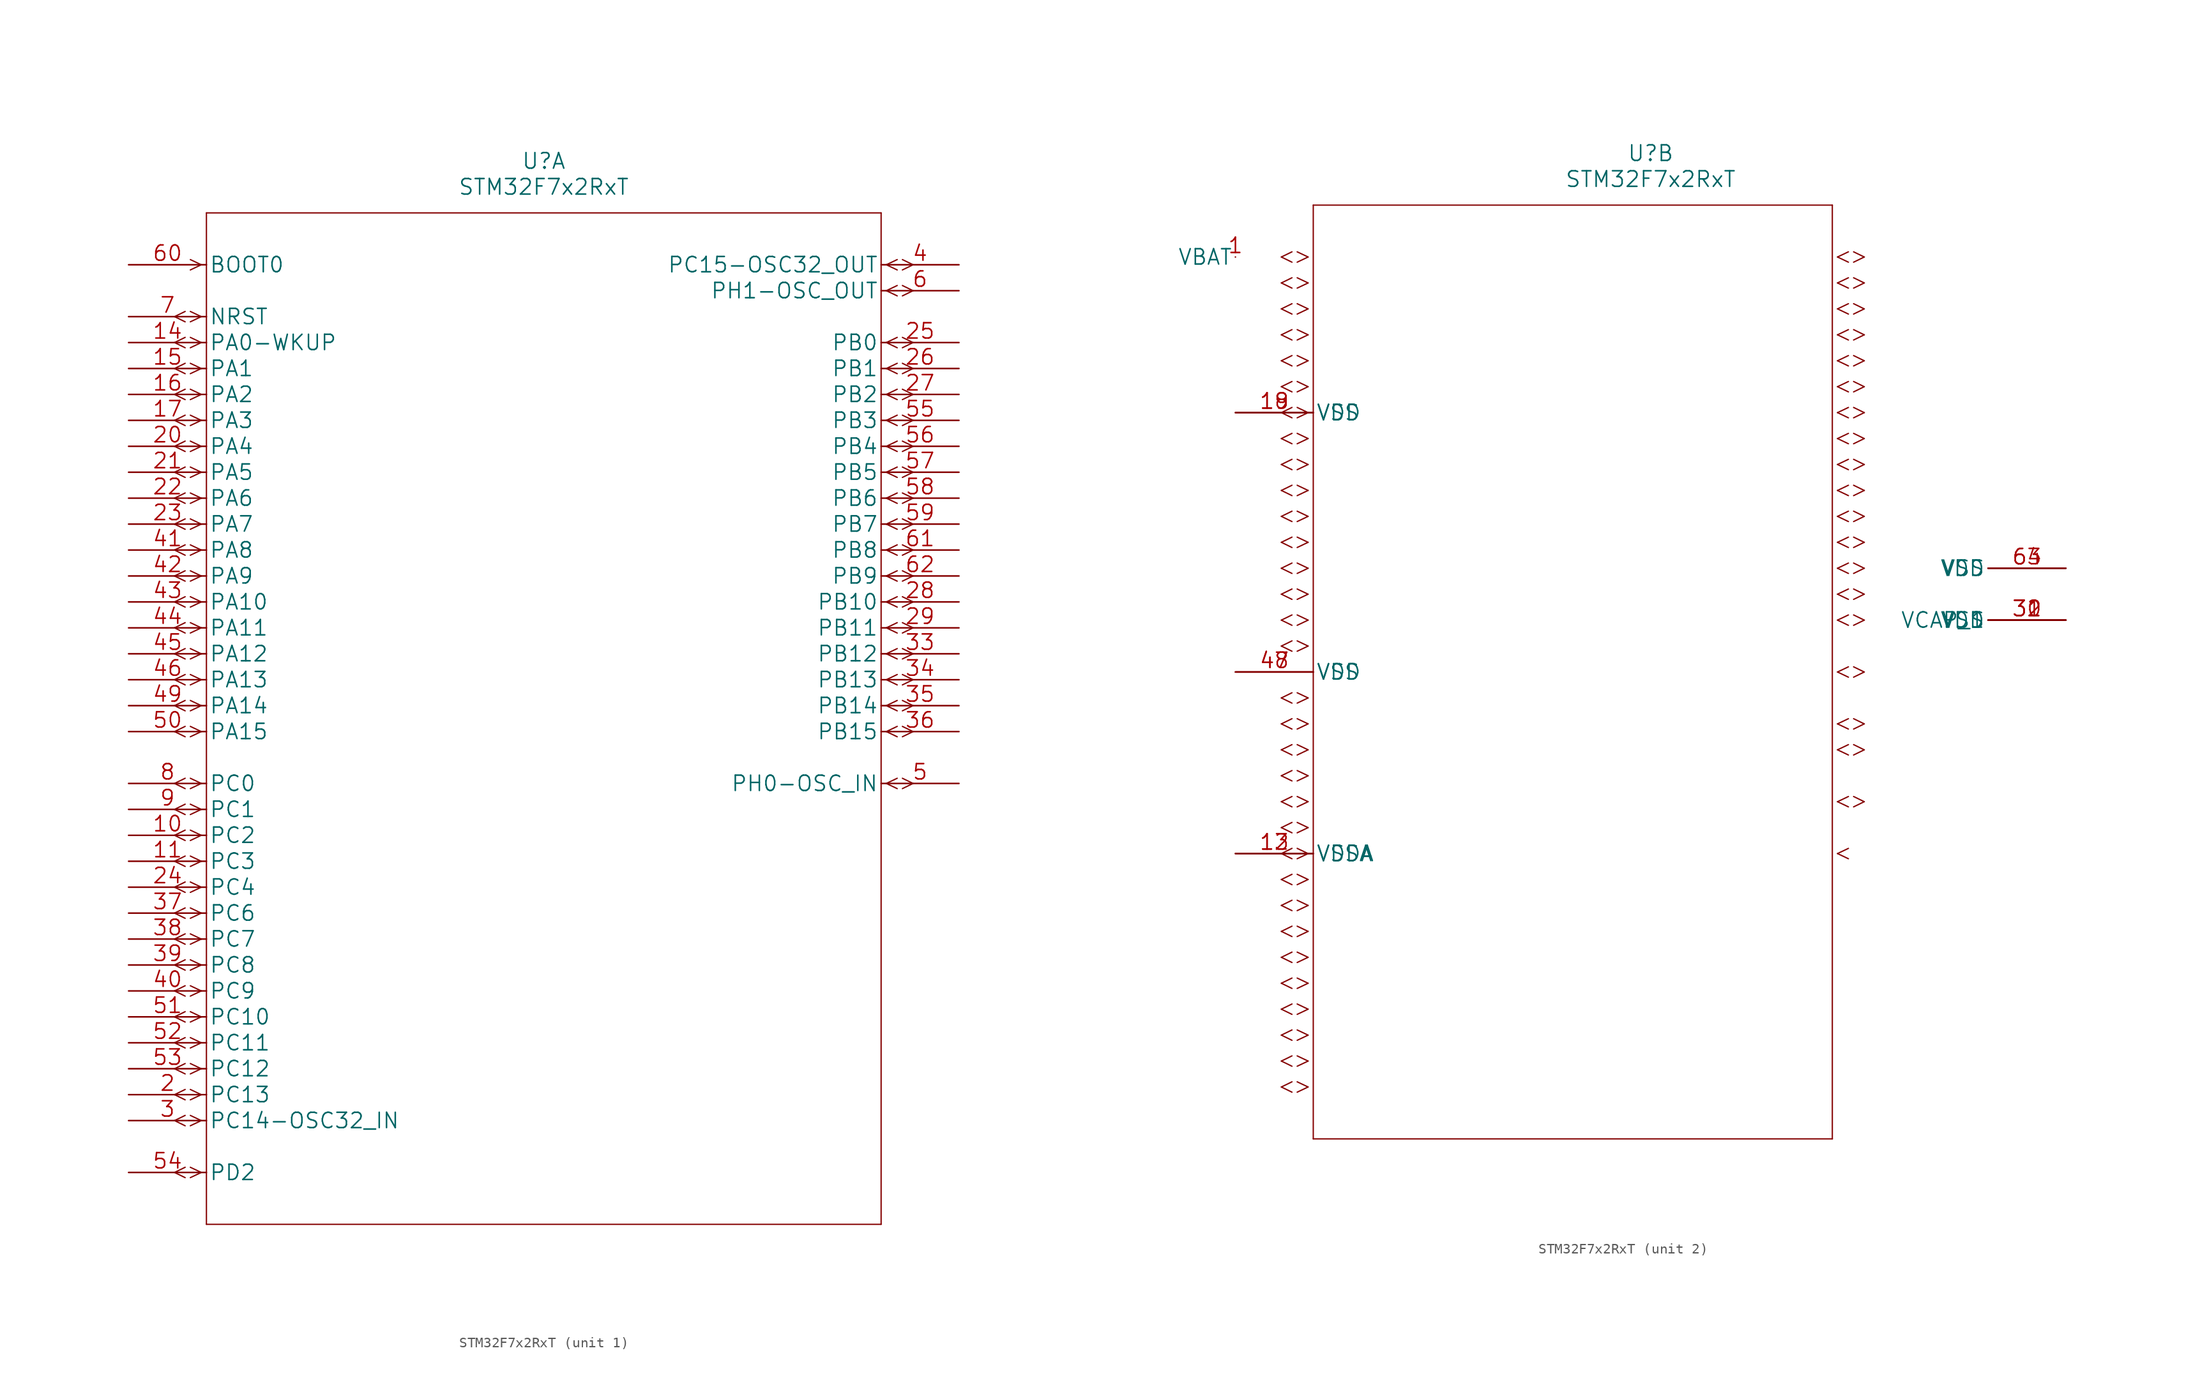
<source format=kicad_sym>
(kicad_symbol_lib
  (version 20211014)
  (generator kicad_symbol_editor)
  (symbol "STM32F7x2RxT"
    (pin_names
      (offset 0.254))
    (property "Reference" "U"
      (at 40.64 10.16 0)
      (effects (font (size 1.524 1.524))))
    (property "Value" "STM32F7x2RxT"
      (at 40.64 7.62 0)
      (effects (font (size 1.524 1.524))))
    (property "Datasheet" ""
      (at 0 0 0)
      (effects (font (size 1.524 1.524))))
    (symbol "STM32F7x2RxT_1_0"
      (polyline (pts (xy 5.537 -89.408) (xy 4.496 -88.9)) (stroke (width 0.127) (type default) (color 0 0 0 0)) (fill (type none)))
      (polyline (pts (xy 5.537 -88.392) (xy 4.496 -88.9)) (stroke (width 0.127) (type default) (color 0 0 0 0)) (fill (type none)))
      (polyline (pts (xy 5.537 -84.328) (xy 4.496 -83.82)) (stroke (width 0.127) (type default) (color 0 0 0 0)) (fill (type none)))
      (polyline (pts (xy 5.537 -83.312) (xy 4.496 -83.82)) (stroke (width 0.127) (type default) (color 0 0 0 0)) (fill (type none)))
      (polyline (pts (xy 5.537 -81.788) (xy 4.496 -81.28)) (stroke (width 0.127) (type default) (color 0 0 0 0)) (fill (type none)))
      (polyline (pts (xy 5.537 -80.772) (xy 4.496 -81.28)) (stroke (width 0.127) (type default) (color 0 0 0 0)) (fill (type none)))
      (polyline (pts (xy 5.537 -79.248) (xy 4.496 -78.74)) (stroke (width 0.127) (type default) (color 0 0 0 0)) (fill (type none)))
      (polyline (pts (xy 5.537 -78.232) (xy 4.496 -78.74)) (stroke (width 0.127) (type default) (color 0 0 0 0)) (fill (type none)))
      (polyline (pts (xy 5.537 -76.708) (xy 4.496 -76.2)) (stroke (width 0.127) (type default) (color 0 0 0 0)) (fill (type none)))
      (polyline (pts (xy 5.537 -75.692) (xy 4.496 -76.2)) (stroke (width 0.127) (type default) (color 0 0 0 0)) (fill (type none)))
      (polyline (pts (xy 5.537 -74.168) (xy 4.496 -73.66)) (stroke (width 0.127) (type default) (color 0 0 0 0)) (fill (type none)))
      (polyline (pts (xy 5.537 -73.152) (xy 4.496 -73.66)) (stroke (width 0.127) (type default) (color 0 0 0 0)) (fill (type none)))
      (polyline (pts (xy 5.537 -71.628) (xy 4.496 -71.12)) (stroke (width 0.127) (type default) (color 0 0 0 0)) (fill (type none)))
      (polyline (pts (xy 5.537 -70.612) (xy 4.496 -71.12)) (stroke (width 0.127) (type default) (color 0 0 0 0)) (fill (type none)))
      (polyline (pts (xy 5.537 -69.088) (xy 4.496 -68.58)) (stroke (width 0.127) (type default) (color 0 0 0 0)) (fill (type none)))
      (polyline (pts (xy 5.537 -68.072) (xy 4.496 -68.58)) (stroke (width 0.127) (type default) (color 0 0 0 0)) (fill (type none)))
      (polyline (pts (xy 5.537 -66.548) (xy 4.496 -66.04)) (stroke (width 0.127) (type default) (color 0 0 0 0)) (fill (type none)))
      (polyline (pts (xy 5.537 -65.532) (xy 4.496 -66.04)) (stroke (width 0.127) (type default) (color 0 0 0 0)) (fill (type none)))
      (polyline (pts (xy 5.537 -64.008) (xy 4.496 -63.5)) (stroke (width 0.127) (type default) (color 0 0 0 0)) (fill (type none)))
      (polyline (pts (xy 5.537 -62.992) (xy 4.496 -63.5)) (stroke (width 0.127) (type default) (color 0 0 0 0)) (fill (type none)))
      (polyline (pts (xy 5.537 -61.468) (xy 4.496 -60.96)) (stroke (width 0.127) (type default) (color 0 0 0 0)) (fill (type none)))
      (polyline (pts (xy 5.537 -60.452) (xy 4.496 -60.96)) (stroke (width 0.127) (type default) (color 0 0 0 0)) (fill (type none)))
      (polyline (pts (xy 5.537 -58.928) (xy 4.496 -58.42)) (stroke (width 0.127) (type default) (color 0 0 0 0)) (fill (type none)))
      (polyline (pts (xy 5.537 -57.912) (xy 4.496 -58.42)) (stroke (width 0.127) (type default) (color 0 0 0 0)) (fill (type none)))
      (polyline (pts (xy 5.537 -56.388) (xy 4.496 -55.88)) (stroke (width 0.127) (type default) (color 0 0 0 0)) (fill (type none)))
      (polyline (pts (xy 5.537 -55.372) (xy 4.496 -55.88)) (stroke (width 0.127) (type default) (color 0 0 0 0)) (fill (type none)))
      (polyline (pts (xy 5.537 -53.848) (xy 4.496 -53.34)) (stroke (width 0.127) (type default) (color 0 0 0 0)) (fill (type none)))
      (polyline (pts (xy 5.537 -52.832) (xy 4.496 -53.34)) (stroke (width 0.127) (type default) (color 0 0 0 0)) (fill (type none)))
      (polyline (pts (xy 5.537 -51.308) (xy 4.496 -50.8)) (stroke (width 0.127) (type default) (color 0 0 0 0)) (fill (type none)))
      (polyline (pts (xy 5.537 -50.292) (xy 4.496 -50.8)) (stroke (width 0.127) (type default) (color 0 0 0 0)) (fill (type none)))
      (polyline (pts (xy 5.537 -46.228) (xy 4.496 -45.72)) (stroke (width 0.127) (type default) (color 0 0 0 0)) (fill (type none)))
      (polyline (pts (xy 5.537 -45.212) (xy 4.496 -45.72)) (stroke (width 0.127) (type default) (color 0 0 0 0)) (fill (type none)))
      (polyline (pts (xy 5.537 -43.688) (xy 4.496 -43.18)) (stroke (width 0.127) (type default) (color 0 0 0 0)) (fill (type none)))
      (polyline (pts (xy 5.537 -42.672) (xy 4.496 -43.18)) (stroke (width 0.127) (type default) (color 0 0 0 0)) (fill (type none)))
      (polyline (pts (xy 5.537 -41.148) (xy 4.496 -40.64)) (stroke (width 0.127) (type default) (color 0 0 0 0)) (fill (type none)))
      (polyline (pts (xy 5.537 -40.132) (xy 4.496 -40.64)) (stroke (width 0.127) (type default) (color 0 0 0 0)) (fill (type none)))
      (polyline (pts (xy 5.537 -38.608) (xy 4.496 -38.1)) (stroke (width 0.127) (type default) (color 0 0 0 0)) (fill (type none)))
      (polyline (pts (xy 5.537 -37.592) (xy 4.496 -38.1)) (stroke (width 0.127) (type default) (color 0 0 0 0)) (fill (type none)))
      (polyline (pts (xy 5.537 -36.068) (xy 4.496 -35.56)) (stroke (width 0.127) (type default) (color 0 0 0 0)) (fill (type none)))
      (polyline (pts (xy 5.537 -35.052) (xy 4.496 -35.56)) (stroke (width 0.127) (type default) (color 0 0 0 0)) (fill (type none)))
      (polyline (pts (xy 5.537 -33.528) (xy 4.496 -33.02)) (stroke (width 0.127) (type default) (color 0 0 0 0)) (fill (type none)))
      (polyline (pts (xy 5.537 -32.512) (xy 4.496 -33.02)) (stroke (width 0.127) (type default) (color 0 0 0 0)) (fill (type none)))
      (polyline (pts (xy 5.537 -30.988) (xy 4.496 -30.48)) (stroke (width 0.127) (type default) (color 0 0 0 0)) (fill (type none)))
      (polyline (pts (xy 5.537 -29.972) (xy 4.496 -30.48)) (stroke (width 0.127) (type default) (color 0 0 0 0)) (fill (type none)))
      (polyline (pts (xy 5.537 -28.448) (xy 4.496 -27.94)) (stroke (width 0.127) (type default) (color 0 0 0 0)) (fill (type none)))
      (polyline (pts (xy 5.537 -27.432) (xy 4.496 -27.94)) (stroke (width 0.127) (type default) (color 0 0 0 0)) (fill (type none)))
      (polyline (pts (xy 5.537 -25.908) (xy 4.496 -25.4)) (stroke (width 0.127) (type default) (color 0 0 0 0)) (fill (type none)))
      (polyline (pts (xy 5.537 -24.892) (xy 4.496 -25.4)) (stroke (width 0.127) (type default) (color 0 0 0 0)) (fill (type none)))
      (polyline (pts (xy 5.537 -23.368) (xy 4.496 -22.86)) (stroke (width 0.127) (type default) (color 0 0 0 0)) (fill (type none)))
      (polyline (pts (xy 5.537 -22.352) (xy 4.496 -22.86)) (stroke (width 0.127) (type default) (color 0 0 0 0)) (fill (type none)))
      (polyline (pts (xy 5.537 -20.828) (xy 4.496 -20.32)) (stroke (width 0.127) (type default) (color 0 0 0 0)) (fill (type none)))
      (polyline (pts (xy 5.537 -19.812) (xy 4.496 -20.32)) (stroke (width 0.127) (type default) (color 0 0 0 0)) (fill (type none)))
      (polyline (pts (xy 5.537 -18.288) (xy 4.496 -17.78)) (stroke (width 0.127) (type default) (color 0 0 0 0)) (fill (type none)))
      (polyline (pts (xy 5.537 -17.272) (xy 4.496 -17.78)) (stroke (width 0.127) (type default) (color 0 0 0 0)) (fill (type none)))
      (polyline (pts (xy 5.537 -15.748) (xy 4.496 -15.24)) (stroke (width 0.127) (type default) (color 0 0 0 0)) (fill (type none)))
      (polyline (pts (xy 5.537 -14.732) (xy 4.496 -15.24)) (stroke (width 0.127) (type default) (color 0 0 0 0)) (fill (type none)))
      (polyline (pts (xy 5.537 -13.208) (xy 4.496 -12.7)) (stroke (width 0.127) (type default) (color 0 0 0 0)) (fill (type none)))
      (polyline (pts (xy 5.537 -12.192) (xy 4.496 -12.7)) (stroke (width 0.127) (type default) (color 0 0 0 0)) (fill (type none)))
      (polyline (pts (xy 5.537 -10.668) (xy 4.496 -10.16)) (stroke (width 0.127) (type default) (color 0 0 0 0)) (fill (type none)))
      (polyline (pts (xy 5.537 -9.652) (xy 4.496 -10.16)) (stroke (width 0.127) (type default) (color 0 0 0 0)) (fill (type none)))
      (polyline (pts (xy 5.537 -8.128) (xy 4.496 -7.62)) (stroke (width 0.127) (type default) (color 0 0 0 0)) (fill (type none)))
      (polyline (pts (xy 5.537 -7.112) (xy 4.496 -7.62)) (stroke (width 0.127) (type default) (color 0 0 0 0)) (fill (type none)))
      (polyline (pts (xy 5.537 -5.588) (xy 4.496 -5.08)) (stroke (width 0.127) (type default) (color 0 0 0 0)) (fill (type none)))
      (polyline (pts (xy 5.537 -4.572) (xy 4.496 -5.08)) (stroke (width 0.127) (type default) (color 0 0 0 0)) (fill (type none)))
      (polyline (pts (xy 7.112 -88.9) (xy 6.045 -89.408)) (stroke (width 0.127) (type default) (color 0 0 0 0)) (fill (type none)))
      (polyline (pts (xy 7.112 -88.9) (xy 6.045 -88.392)) (stroke (width 0.127) (type default) (color 0 0 0 0)) (fill (type none)))
      (polyline (pts (xy 7.112 -83.82) (xy 6.045 -84.328)) (stroke (width 0.127) (type default) (color 0 0 0 0)) (fill (type none)))
      (polyline (pts (xy 7.112 -83.82) (xy 6.045 -83.312)) (stroke (width 0.127) (type default) (color 0 0 0 0)) (fill (type none)))
      (polyline (pts (xy 7.112 -81.28) (xy 6.045 -81.788)) (stroke (width 0.127) (type default) (color 0 0 0 0)) (fill (type none)))
      (polyline (pts (xy 7.112 -81.28) (xy 6.045 -80.772)) (stroke (width 0.127) (type default) (color 0 0 0 0)) (fill (type none)))
      (polyline (pts (xy 7.112 -78.74) (xy 6.045 -79.248)) (stroke (width 0.127) (type default) (color 0 0 0 0)) (fill (type none)))
      (polyline (pts (xy 7.112 -78.74) (xy 6.045 -78.232)) (stroke (width 0.127) (type default) (color 0 0 0 0)) (fill (type none)))
      (polyline (pts (xy 7.112 -76.2) (xy 6.045 -76.708)) (stroke (width 0.127) (type default) (color 0 0 0 0)) (fill (type none)))
      (polyline (pts (xy 7.112 -76.2) (xy 6.045 -75.692)) (stroke (width 0.127) (type default) (color 0 0 0 0)) (fill (type none)))
      (polyline (pts (xy 7.112 -73.66) (xy 6.045 -74.168)) (stroke (width 0.127) (type default) (color 0 0 0 0)) (fill (type none)))
      (polyline (pts (xy 7.112 -73.66) (xy 6.045 -73.152)) (stroke (width 0.127) (type default) (color 0 0 0 0)) (fill (type none)))
      (polyline (pts (xy 7.112 -71.12) (xy 6.045 -71.628)) (stroke (width 0.127) (type default) (color 0 0 0 0)) (fill (type none)))
      (polyline (pts (xy 7.112 -71.12) (xy 6.045 -70.612)) (stroke (width 0.127) (type default) (color 0 0 0 0)) (fill (type none)))
      (polyline (pts (xy 7.112 -68.58) (xy 6.045 -69.088)) (stroke (width 0.127) (type default) (color 0 0 0 0)) (fill (type none)))
      (polyline (pts (xy 7.112 -68.58) (xy 6.045 -68.072)) (stroke (width 0.127) (type default) (color 0 0 0 0)) (fill (type none)))
      (polyline (pts (xy 7.112 -66.04) (xy 6.045 -66.548)) (stroke (width 0.127) (type default) (color 0 0 0 0)) (fill (type none)))
      (polyline (pts (xy 7.112 -66.04) (xy 6.045 -65.532)) (stroke (width 0.127) (type default) (color 0 0 0 0)) (fill (type none)))
      (polyline (pts (xy 7.112 -63.5) (xy 6.045 -64.008)) (stroke (width 0.127) (type default) (color 0 0 0 0)) (fill (type none)))
      (polyline (pts (xy 7.112 -63.5) (xy 6.045 -62.992)) (stroke (width 0.127) (type default) (color 0 0 0 0)) (fill (type none)))
      (polyline (pts (xy 7.112 -60.96) (xy 6.045 -61.468)) (stroke (width 0.127) (type default) (color 0 0 0 0)) (fill (type none)))
      (polyline (pts (xy 7.112 -60.96) (xy 6.045 -60.452)) (stroke (width 0.127) (type default) (color 0 0 0 0)) (fill (type none)))
      (polyline (pts (xy 7.112 -58.42) (xy 6.045 -58.928)) (stroke (width 0.127) (type default) (color 0 0 0 0)) (fill (type none)))
      (polyline (pts (xy 7.112 -58.42) (xy 6.045 -57.912)) (stroke (width 0.127) (type default) (color 0 0 0 0)) (fill (type none)))
      (polyline (pts (xy 7.112 -55.88) (xy 6.045 -56.388)) (stroke (width 0.127) (type default) (color 0 0 0 0)) (fill (type none)))
      (polyline (pts (xy 7.112 -55.88) (xy 6.045 -55.372)) (stroke (width 0.127) (type default) (color 0 0 0 0)) (fill (type none)))
      (polyline (pts (xy 7.112 -53.34) (xy 6.045 -53.848)) (stroke (width 0.127) (type default) (color 0 0 0 0)) (fill (type none)))
      (polyline (pts (xy 7.112 -53.34) (xy 6.045 -52.832)) (stroke (width 0.127) (type default) (color 0 0 0 0)) (fill (type none)))
      (polyline (pts (xy 7.112 -50.8) (xy 6.045 -51.308)) (stroke (width 0.127) (type default) (color 0 0 0 0)) (fill (type none)))
      (polyline (pts (xy 7.112 -50.8) (xy 6.045 -50.292)) (stroke (width 0.127) (type default) (color 0 0 0 0)) (fill (type none)))
      (polyline (pts (xy 7.112 -45.72) (xy 6.045 -46.228)) (stroke (width 0.127) (type default) (color 0 0 0 0)) (fill (type none)))
      (polyline (pts (xy 7.112 -45.72) (xy 6.045 -45.212)) (stroke (width 0.127) (type default) (color 0 0 0 0)) (fill (type none)))
      (polyline (pts (xy 7.112 -43.18) (xy 6.045 -43.688)) (stroke (width 0.127) (type default) (color 0 0 0 0)) (fill (type none)))
      (polyline (pts (xy 7.112 -43.18) (xy 6.045 -42.672)) (stroke (width 0.127) (type default) (color 0 0 0 0)) (fill (type none)))
      (polyline (pts (xy 7.112 -40.64) (xy 6.045 -41.148)) (stroke (width 0.127) (type default) (color 0 0 0 0)) (fill (type none)))
      (polyline (pts (xy 7.112 -40.64) (xy 6.045 -40.132)) (stroke (width 0.127) (type default) (color 0 0 0 0)) (fill (type none)))
      (polyline (pts (xy 7.112 -38.1) (xy 6.045 -38.608)) (stroke (width 0.127) (type default) (color 0 0 0 0)) (fill (type none)))
      (polyline (pts (xy 7.112 -38.1) (xy 6.045 -37.592)) (stroke (width 0.127) (type default) (color 0 0 0 0)) (fill (type none)))
      (polyline (pts (xy 7.112 -35.56) (xy 6.045 -36.068)) (stroke (width 0.127) (type default) (color 0 0 0 0)) (fill (type none)))
      (polyline (pts (xy 7.112 -35.56) (xy 6.045 -35.052)) (stroke (width 0.127) (type default) (color 0 0 0 0)) (fill (type none)))
      (polyline (pts (xy 7.112 -33.02) (xy 6.045 -33.528)) (stroke (width 0.127) (type default) (color 0 0 0 0)) (fill (type none)))
      (polyline (pts (xy 7.112 -33.02) (xy 6.045 -32.512)) (stroke (width 0.127) (type default) (color 0 0 0 0)) (fill (type none)))
      (polyline (pts (xy 7.112 -30.48) (xy 6.045 -30.988)) (stroke (width 0.127) (type default) (color 0 0 0 0)) (fill (type none)))
      (polyline (pts (xy 7.112 -30.48) (xy 6.045 -29.972)) (stroke (width 0.127) (type default) (color 0 0 0 0)) (fill (type none)))
      (polyline (pts (xy 7.112 -27.94) (xy 6.045 -28.448)) (stroke (width 0.127) (type default) (color 0 0 0 0)) (fill (type none)))
      (polyline (pts (xy 7.112 -27.94) (xy 6.045 -27.432)) (stroke (width 0.127) (type default) (color 0 0 0 0)) (fill (type none)))
      (polyline (pts (xy 7.112 -25.4) (xy 6.045 -25.908)) (stroke (width 0.127) (type default) (color 0 0 0 0)) (fill (type none)))
      (polyline (pts (xy 7.112 -25.4) (xy 6.045 -24.892)) (stroke (width 0.127) (type default) (color 0 0 0 0)) (fill (type none)))
      (polyline (pts (xy 7.112 -22.86) (xy 6.045 -23.368)) (stroke (width 0.127) (type default) (color 0 0 0 0)) (fill (type none)))
      (polyline (pts (xy 7.112 -22.86) (xy 6.045 -22.352)) (stroke (width 0.127) (type default) (color 0 0 0 0)) (fill (type none)))
      (polyline (pts (xy 7.112 -20.32) (xy 6.045 -20.828)) (stroke (width 0.127) (type default) (color 0 0 0 0)) (fill (type none)))
      (polyline (pts (xy 7.112 -20.32) (xy 6.045 -19.812)) (stroke (width 0.127) (type default) (color 0 0 0 0)) (fill (type none)))
      (polyline (pts (xy 7.112 -17.78) (xy 6.045 -18.288)) (stroke (width 0.127) (type default) (color 0 0 0 0)) (fill (type none)))
      (polyline (pts (xy 7.112 -17.78) (xy 6.045 -17.272)) (stroke (width 0.127) (type default) (color 0 0 0 0)) (fill (type none)))
      (polyline (pts (xy 7.112 -15.24) (xy 6.045 -15.748)) (stroke (width 0.127) (type default) (color 0 0 0 0)) (fill (type none)))
      (polyline (pts (xy 7.112 -15.24) (xy 6.045 -14.732)) (stroke (width 0.127) (type default) (color 0 0 0 0)) (fill (type none)))
      (polyline (pts (xy 7.112 -12.7) (xy 6.045 -13.208)) (stroke (width 0.127) (type default) (color 0 0 0 0)) (fill (type none)))
      (polyline (pts (xy 7.112 -12.7) (xy 6.045 -12.192)) (stroke (width 0.127) (type default) (color 0 0 0 0)) (fill (type none)))
      (polyline (pts (xy 7.112 -10.16) (xy 6.045 -10.668)) (stroke (width 0.127) (type default) (color 0 0 0 0)) (fill (type none)))
      (polyline (pts (xy 7.112 -10.16) (xy 6.045 -9.652)) (stroke (width 0.127) (type default) (color 0 0 0 0)) (fill (type none)))
      (polyline (pts (xy 7.112 -7.62) (xy 6.045 -8.128)) (stroke (width 0.127) (type default) (color 0 0 0 0)) (fill (type none)))
      (polyline (pts (xy 7.112 -7.62) (xy 6.045 -7.112)) (stroke (width 0.127) (type default) (color 0 0 0 0)) (fill (type none)))
      (polyline (pts (xy 7.112 -5.08) (xy 6.045 -5.588)) (stroke (width 0.127) (type default) (color 0 0 0 0)) (fill (type none)))
      (polyline (pts (xy 7.112 -5.08) (xy 6.045 -4.572)) (stroke (width 0.127) (type default) (color 0 0 0 0)) (fill (type none)))
      (polyline (pts (xy 7.112 0) (xy 6.045 -0.508)) (stroke (width 0.127) (type default) (color 0 0 0 0)) (fill (type none)))
      (polyline (pts (xy 7.112 0) (xy 6.045 0.508)) (stroke (width 0.127) (type default) (color 0 0 0 0)) (fill (type none)))
      (polyline (pts (xy 7.62 -93.98) (xy 73.66 -93.98)) (stroke (width 0.127) (type default) (color 0 0 0 0)) (fill (type none)))
      (polyline (pts (xy 7.62 5.08) (xy 7.62 -93.98)) (stroke (width 0.127) (type default) (color 0 0 0 0)) (fill (type none)))
      (polyline (pts (xy 73.66 -93.98) (xy 73.66 5.08)) (stroke (width 0.127) (type default) (color 0 0 0 0)) (fill (type none)))
      (polyline (pts (xy 73.66 5.08) (xy 7.62 5.08)) (stroke (width 0.127) (type default) (color 0 0 0 0)) (fill (type none)))
      (polyline (pts (xy 74.168 -50.8) (xy 75.235 -51.308)) (stroke (width 0.127) (type default) (color 0 0 0 0)) (fill (type none)))
      (polyline (pts (xy 74.168 -50.8) (xy 75.235 -50.292)) (stroke (width 0.127) (type default) (color 0 0 0 0)) (fill (type none)))
      (polyline (pts (xy 74.168 -45.72) (xy 75.235 -46.228)) (stroke (width 0.127) (type default) (color 0 0 0 0)) (fill (type none)))
      (polyline (pts (xy 74.168 -45.72) (xy 75.235 -45.212)) (stroke (width 0.127) (type default) (color 0 0 0 0)) (fill (type none)))
      (polyline (pts (xy 74.168 -43.18) (xy 75.235 -43.688)) (stroke (width 0.127) (type default) (color 0 0 0 0)) (fill (type none)))
      (polyline (pts (xy 74.168 -43.18) (xy 75.235 -42.672)) (stroke (width 0.127) (type default) (color 0 0 0 0)) (fill (type none)))
      (polyline (pts (xy 74.168 -40.64) (xy 75.235 -41.148)) (stroke (width 0.127) (type default) (color 0 0 0 0)) (fill (type none)))
      (polyline (pts (xy 74.168 -40.64) (xy 75.235 -40.132)) (stroke (width 0.127) (type default) (color 0 0 0 0)) (fill (type none)))
      (polyline (pts (xy 74.168 -38.1) (xy 75.235 -38.608)) (stroke (width 0.127) (type default) (color 0 0 0 0)) (fill (type none)))
      (polyline (pts (xy 74.168 -38.1) (xy 75.235 -37.592)) (stroke (width 0.127) (type default) (color 0 0 0 0)) (fill (type none)))
      (polyline (pts (xy 74.168 -35.56) (xy 75.235 -36.068)) (stroke (width 0.127) (type default) (color 0 0 0 0)) (fill (type none)))
      (polyline (pts (xy 74.168 -35.56) (xy 75.235 -35.052)) (stroke (width 0.127) (type default) (color 0 0 0 0)) (fill (type none)))
      (polyline (pts (xy 74.168 -33.02) (xy 75.235 -33.528)) (stroke (width 0.127) (type default) (color 0 0 0 0)) (fill (type none)))
      (polyline (pts (xy 74.168 -33.02) (xy 75.235 -32.512)) (stroke (width 0.127) (type default) (color 0 0 0 0)) (fill (type none)))
      (polyline (pts (xy 74.168 -30.48) (xy 75.235 -30.988)) (stroke (width 0.127) (type default) (color 0 0 0 0)) (fill (type none)))
      (polyline (pts (xy 74.168 -30.48) (xy 75.235 -29.972)) (stroke (width 0.127) (type default) (color 0 0 0 0)) (fill (type none)))
      (polyline (pts (xy 74.168 -27.94) (xy 75.235 -28.448)) (stroke (width 0.127) (type default) (color 0 0 0 0)) (fill (type none)))
      (polyline (pts (xy 74.168 -27.94) (xy 75.235 -27.432)) (stroke (width 0.127) (type default) (color 0 0 0 0)) (fill (type none)))
      (polyline (pts (xy 74.168 -25.4) (xy 75.235 -25.908)) (stroke (width 0.127) (type default) (color 0 0 0 0)) (fill (type none)))
      (polyline (pts (xy 74.168 -25.4) (xy 75.235 -24.892)) (stroke (width 0.127) (type default) (color 0 0 0 0)) (fill (type none)))
      (polyline (pts (xy 74.168 -22.86) (xy 75.235 -23.368)) (stroke (width 0.127) (type default) (color 0 0 0 0)) (fill (type none)))
      (polyline (pts (xy 74.168 -22.86) (xy 75.235 -22.352)) (stroke (width 0.127) (type default) (color 0 0 0 0)) (fill (type none)))
      (polyline (pts (xy 74.168 -20.32) (xy 75.235 -20.828)) (stroke (width 0.127) (type default) (color 0 0 0 0)) (fill (type none)))
      (polyline (pts (xy 74.168 -20.32) (xy 75.235 -19.812)) (stroke (width 0.127) (type default) (color 0 0 0 0)) (fill (type none)))
      (polyline (pts (xy 74.168 -17.78) (xy 75.235 -18.288)) (stroke (width 0.127) (type default) (color 0 0 0 0)) (fill (type none)))
      (polyline (pts (xy 74.168 -17.78) (xy 75.235 -17.272)) (stroke (width 0.127) (type default) (color 0 0 0 0)) (fill (type none)))
      (polyline (pts (xy 74.168 -15.24) (xy 75.235 -15.748)) (stroke (width 0.127) (type default) (color 0 0 0 0)) (fill (type none)))
      (polyline (pts (xy 74.168 -15.24) (xy 75.235 -14.732)) (stroke (width 0.127) (type default) (color 0 0 0 0)) (fill (type none)))
      (polyline (pts (xy 74.168 -12.7) (xy 75.235 -13.208)) (stroke (width 0.127) (type default) (color 0 0 0 0)) (fill (type none)))
      (polyline (pts (xy 74.168 -12.7) (xy 75.235 -12.192)) (stroke (width 0.127) (type default) (color 0 0 0 0)) (fill (type none)))
      (polyline (pts (xy 74.168 -10.16) (xy 75.235 -10.668)) (stroke (width 0.127) (type default) (color 0 0 0 0)) (fill (type none)))
      (polyline (pts (xy 74.168 -10.16) (xy 75.235 -9.652)) (stroke (width 0.127) (type default) (color 0 0 0 0)) (fill (type none)))
      (polyline (pts (xy 74.168 -7.62) (xy 75.235 -8.128)) (stroke (width 0.127) (type default) (color 0 0 0 0)) (fill (type none)))
      (polyline (pts (xy 74.168 -7.62) (xy 75.235 -7.112)) (stroke (width 0.127) (type default) (color 0 0 0 0)) (fill (type none)))
      (polyline (pts (xy 74.168 -2.54) (xy 75.235 -3.048)) (stroke (width 0.127) (type default) (color 0 0 0 0)) (fill (type none)))
      (polyline (pts (xy 74.168 -2.54) (xy 75.235 -2.032)) (stroke (width 0.127) (type default) (color 0 0 0 0)) (fill (type none)))
      (polyline (pts (xy 74.168 0) (xy 75.235 -0.508)) (stroke (width 0.127) (type default) (color 0 0 0 0)) (fill (type none)))
      (polyline (pts (xy 74.168 0) (xy 75.235 0.508)) (stroke (width 0.127) (type default) (color 0 0 0 0)) (fill (type none)))
      (polyline (pts (xy 75.743 -51.308) (xy 76.784 -50.8)) (stroke (width 0.127) (type default) (color 0 0 0 0)) (fill (type none)))
      (polyline (pts (xy 75.743 -50.292) (xy 76.784 -50.8)) (stroke (width 0.127) (type default) (color 0 0 0 0)) (fill (type none)))
      (polyline (pts (xy 75.743 -46.228) (xy 76.784 -45.72)) (stroke (width 0.127) (type default) (color 0 0 0 0)) (fill (type none)))
      (polyline (pts (xy 75.743 -45.212) (xy 76.784 -45.72)) (stroke (width 0.127) (type default) (color 0 0 0 0)) (fill (type none)))
      (polyline (pts (xy 75.743 -43.688) (xy 76.784 -43.18)) (stroke (width 0.127) (type default) (color 0 0 0 0)) (fill (type none)))
      (polyline (pts (xy 75.743 -42.672) (xy 76.784 -43.18)) (stroke (width 0.127) (type default) (color 0 0 0 0)) (fill (type none)))
      (polyline (pts (xy 75.743 -41.148) (xy 76.784 -40.64)) (stroke (width 0.127) (type default) (color 0 0 0 0)) (fill (type none)))
      (polyline (pts (xy 75.743 -40.132) (xy 76.784 -40.64)) (stroke (width 0.127) (type default) (color 0 0 0 0)) (fill (type none)))
      (polyline (pts (xy 75.743 -38.608) (xy 76.784 -38.1)) (stroke (width 0.127) (type default) (color 0 0 0 0)) (fill (type none)))
      (polyline (pts (xy 75.743 -37.592) (xy 76.784 -38.1)) (stroke (width 0.127) (type default) (color 0 0 0 0)) (fill (type none)))
      (polyline (pts (xy 75.743 -36.068) (xy 76.784 -35.56)) (stroke (width 0.127) (type default) (color 0 0 0 0)) (fill (type none)))
      (polyline (pts (xy 75.743 -35.052) (xy 76.784 -35.56)) (stroke (width 0.127) (type default) (color 0 0 0 0)) (fill (type none)))
      (polyline (pts (xy 75.743 -33.528) (xy 76.784 -33.02)) (stroke (width 0.127) (type default) (color 0 0 0 0)) (fill (type none)))
      (polyline (pts (xy 75.743 -32.512) (xy 76.784 -33.02)) (stroke (width 0.127) (type default) (color 0 0 0 0)) (fill (type none)))
      (polyline (pts (xy 75.743 -30.988) (xy 76.784 -30.48)) (stroke (width 0.127) (type default) (color 0 0 0 0)) (fill (type none)))
      (polyline (pts (xy 75.743 -29.972) (xy 76.784 -30.48)) (stroke (width 0.127) (type default) (color 0 0 0 0)) (fill (type none)))
      (polyline (pts (xy 75.743 -28.448) (xy 76.784 -27.94)) (stroke (width 0.127) (type default) (color 0 0 0 0)) (fill (type none)))
      (polyline (pts (xy 75.743 -27.432) (xy 76.784 -27.94)) (stroke (width 0.127) (type default) (color 0 0 0 0)) (fill (type none)))
      (polyline (pts (xy 75.743 -25.908) (xy 76.784 -25.4)) (stroke (width 0.127) (type default) (color 0 0 0 0)) (fill (type none)))
      (polyline (pts (xy 75.743 -24.892) (xy 76.784 -25.4)) (stroke (width 0.127) (type default) (color 0 0 0 0)) (fill (type none)))
      (polyline (pts (xy 75.743 -23.368) (xy 76.784 -22.86)) (stroke (width 0.127) (type default) (color 0 0 0 0)) (fill (type none)))
      (polyline (pts (xy 75.743 -22.352) (xy 76.784 -22.86)) (stroke (width 0.127) (type default) (color 0 0 0 0)) (fill (type none)))
      (polyline (pts (xy 75.743 -20.828) (xy 76.784 -20.32)) (stroke (width 0.127) (type default) (color 0 0 0 0)) (fill (type none)))
      (polyline (pts (xy 75.743 -19.812) (xy 76.784 -20.32)) (stroke (width 0.127) (type default) (color 0 0 0 0)) (fill (type none)))
      (polyline (pts (xy 75.743 -18.288) (xy 76.784 -17.78)) (stroke (width 0.127) (type default) (color 0 0 0 0)) (fill (type none)))
      (polyline (pts (xy 75.743 -17.272) (xy 76.784 -17.78)) (stroke (width 0.127) (type default) (color 0 0 0 0)) (fill (type none)))
      (polyline (pts (xy 75.743 -15.748) (xy 76.784 -15.24)) (stroke (width 0.127) (type default) (color 0 0 0 0)) (fill (type none)))
      (polyline (pts (xy 75.743 -14.732) (xy 76.784 -15.24)) (stroke (width 0.127) (type default) (color 0 0 0 0)) (fill (type none)))
      (polyline (pts (xy 75.743 -13.208) (xy 76.784 -12.7)) (stroke (width 0.127) (type default) (color 0 0 0 0)) (fill (type none)))
      (polyline (pts (xy 75.743 -12.192) (xy 76.784 -12.7)) (stroke (width 0.127) (type default) (color 0 0 0 0)) (fill (type none)))
      (polyline (pts (xy 75.743 -10.668) (xy 76.784 -10.16)) (stroke (width 0.127) (type default) (color 0 0 0 0)) (fill (type none)))
      (polyline (pts (xy 75.743 -9.652) (xy 76.784 -10.16)) (stroke (width 0.127) (type default) (color 0 0 0 0)) (fill (type none)))
      (polyline (pts (xy 75.743 -8.128) (xy 76.784 -7.62)) (stroke (width 0.127) (type default) (color 0 0 0 0)) (fill (type none)))
      (polyline (pts (xy 75.743 -7.112) (xy 76.784 -7.62)) (stroke (width 0.127) (type default) (color 0 0 0 0)) (fill (type none)))
      (polyline (pts (xy 75.743 -3.048) (xy 76.784 -2.54)) (stroke (width 0.127) (type default) (color 0 0 0 0)) (fill (type none)))
      (polyline (pts (xy 75.743 -2.032) (xy 76.784 -2.54)) (stroke (width 0.127) (type default) (color 0 0 0 0)) (fill (type none)))
      (polyline (pts (xy 75.743 -0.508) (xy 76.784 0)) (stroke (width 0.127) (type default) (color 0 0 0 0)) (fill (type none)))
      (polyline (pts (xy 75.743 0.508) (xy 76.784 0)) (stroke (width 0.127) (type default) (color 0 0 0 0)) (fill (type none)))
      (pin bidirectional line (at 0 -55.88 0) (length 7.62) (name "PC2" (effects (font (size 1.499 1.499)))) (number "10" (effects (font (size 1.499 1.499)))))
      (pin bidirectional line (at 0 -58.42 0) (length 7.62) (name "PC3" (effects (font (size 1.499 1.499)))) (number "11" (effects (font (size 1.499 1.499)))))
      (pin bidirectional line (at 0 -7.62 0) (length 7.62) (name "PA0-WKUP" (effects (font (size 1.499 1.499)))) (number "14" (effects (font (size 1.499 1.499)))))
      (pin bidirectional line (at 0 -10.16 0) (length 7.62) (name "PA1" (effects (font (size 1.499 1.499)))) (number "15" (effects (font (size 1.499 1.499)))))
      (pin bidirectional line (at 0 -12.7 0) (length 7.62) (name "PA2" (effects (font (size 1.499 1.499)))) (number "16" (effects (font (size 1.499 1.499)))))
      (pin bidirectional line (at 0 -15.24 0) (length 7.62) (name "PA3" (effects (font (size 1.499 1.499)))) (number "17" (effects (font (size 1.499 1.499)))))
      (pin bidirectional line (at 0 -81.28 0) (length 7.62) (name "PC13" (effects (font (size 1.499 1.499)))) (number "2" (effects (font (size 1.499 1.499)))))
      (pin bidirectional line (at 0 -17.78 0) (length 7.62) (name "PA4" (effects (font (size 1.499 1.499)))) (number "20" (effects (font (size 1.499 1.499)))))
      (pin bidirectional line (at 0 -20.32 0) (length 7.62) (name "PA5" (effects (font (size 1.499 1.499)))) (number "21" (effects (font (size 1.499 1.499)))))
      (pin bidirectional line (at 0 -22.86 0) (length 7.62) (name "PA6" (effects (font (size 1.499 1.499)))) (number "22" (effects (font (size 1.499 1.499)))))
      (pin bidirectional line (at 0 -25.4 0) (length 7.62) (name "PA7" (effects (font (size 1.499 1.499)))) (number "23" (effects (font (size 1.499 1.499)))))
      (pin bidirectional line (at 0 -60.96 0) (length 7.62) (name "PC4" (effects (font (size 1.499 1.499)))) (number "24" (effects (font (size 1.499 1.499)))))
      (pin bidirectional line (at 81.28 -7.62 180) (length 7.62) (name "PB0" (effects (font (size 1.499 1.499)))) (number "25" (effects (font (size 1.499 1.499)))))
      (pin bidirectional line (at 81.28 -10.16 180) (length 7.62) (name "PB1" (effects (font (size 1.499 1.499)))) (number "26" (effects (font (size 1.499 1.499)))))
      (pin bidirectional line (at 81.28 -12.7 180) (length 7.62) (name "PB2" (effects (font (size 1.499 1.499)))) (number "27" (effects (font (size 1.499 1.499)))))
      (pin bidirectional line (at 81.28 -33.02 180) (length 7.62) (name "PB10" (effects (font (size 1.499 1.499)))) (number "28" (effects (font (size 1.499 1.499)))))
      (pin bidirectional line (at 81.28 -35.56 180) (length 7.62) (name "PB11" (effects (font (size 1.499 1.499)))) (number "29" (effects (font (size 1.499 1.499)))))
      (pin bidirectional line (at 0 -83.82 0) (length 7.62) (name "PC14-OSC32_IN" (effects (font (size 1.499 1.499)))) (number "3" (effects (font (size 1.499 1.499)))))
      (pin bidirectional line (at 81.28 -38.1 180) (length 7.62) (name "PB12" (effects (font (size 1.499 1.499)))) (number "33" (effects (font (size 1.499 1.499)))))
      (pin bidirectional line (at 81.28 -40.64 180) (length 7.62) (name "PB13" (effects (font (size 1.499 1.499)))) (number "34" (effects (font (size 1.499 1.499)))))
      (pin bidirectional line (at 81.28 -43.18 180) (length 7.62) (name "PB14" (effects (font (size 1.499 1.499)))) (number "35" (effects (font (size 1.499 1.499)))))
      (pin bidirectional line (at 81.28 -45.72 180) (length 7.62) (name "PB15" (effects (font (size 1.499 1.499)))) (number "36" (effects (font (size 1.499 1.499)))))
      (pin bidirectional line (at 0 -63.5 0) (length 7.62) (name "PC6" (effects (font (size 1.499 1.499)))) (number "37" (effects (font (size 1.499 1.499)))))
      (pin bidirectional line (at 0 -66.04 0) (length 7.62) (name "PC7" (effects (font (size 1.499 1.499)))) (number "38" (effects (font (size 1.499 1.499)))))
      (pin bidirectional line (at 0 -68.58 0) (length 7.62) (name "PC8" (effects (font (size 1.499 1.499)))) (number "39" (effects (font (size 1.499 1.499)))))
      (pin bidirectional line (at 81.28 0 180) (length 7.62) (name "PC15-OSC32_OUT" (effects (font (size 1.499 1.499)))) (number "4" (effects (font (size 1.499 1.499)))))
      (pin bidirectional line (at 0 -71.12 0) (length 7.62) (name "PC9" (effects (font (size 1.499 1.499)))) (number "40" (effects (font (size 1.499 1.499)))))
      (pin bidirectional line (at 0 -27.94 0) (length 7.62) (name "PA8" (effects (font (size 1.499 1.499)))) (number "41" (effects (font (size 1.499 1.499)))))
      (pin bidirectional line (at 0 -30.48 0) (length 7.62) (name "PA9" (effects (font (size 1.499 1.499)))) (number "42" (effects (font (size 1.499 1.499)))))
      (pin bidirectional line (at 0 -33.02 0) (length 7.62) (name "PA10" (effects (font (size 1.499 1.499)))) (number "43" (effects (font (size 1.499 1.499)))))
      (pin bidirectional line (at 0 -35.56 0) (length 7.62) (name "PA11" (effects (font (size 1.499 1.499)))) (number "44" (effects (font (size 1.499 1.499)))))
      (pin bidirectional line (at 0 -38.1 0) (length 7.62) (name "PA12" (effects (font (size 1.499 1.499)))) (number "45" (effects (font (size 1.499 1.499)))))
      (pin bidirectional line (at 0 -40.64 0) (length 7.62) (name "PA13" (effects (font (size 1.499 1.499)))) (number "46" (effects (font (size 1.499 1.499)))))
      (pin bidirectional line (at 0 -43.18 0) (length 7.62) (name "PA14" (effects (font (size 1.499 1.499)))) (number "49" (effects (font (size 1.499 1.499)))))
      (pin bidirectional line (at 81.28 -50.8 180) (length 7.62) (name "PH0-OSC_IN" (effects (font (size 1.499 1.499)))) (number "5" (effects (font (size 1.499 1.499)))))
      (pin bidirectional line (at 0 -45.72 0) (length 7.62) (name "PA15" (effects (font (size 1.499 1.499)))) (number "50" (effects (font (size 1.499 1.499)))))
      (pin bidirectional line (at 0 -73.66 0) (length 7.62) (name "PC10" (effects (font (size 1.499 1.499)))) (number "51" (effects (font (size 1.499 1.499)))))
      (pin bidirectional line (at 0 -76.2 0) (length 7.62) (name "PC11" (effects (font (size 1.499 1.499)))) (number "52" (effects (font (size 1.499 1.499)))))
      (pin bidirectional line (at 0 -78.74 0) (length 7.62) (name "PC12" (effects (font (size 1.499 1.499)))) (number "53" (effects (font (size 1.499 1.499)))))
      (pin bidirectional line (at 0 -88.9 0) (length 7.62) (name "PD2" (effects (font (size 1.499 1.499)))) (number "54" (effects (font (size 1.499 1.499)))))
      (pin bidirectional line (at 81.28 -15.24 180) (length 7.62) (name "PB3" (effects (font (size 1.499 1.499)))) (number "55" (effects (font (size 1.499 1.499)))))
      (pin bidirectional line (at 81.28 -17.78 180) (length 7.62) (name "PB4" (effects (font (size 1.499 1.499)))) (number "56" (effects (font (size 1.499 1.499)))))
      (pin bidirectional line (at 81.28 -20.32 180) (length 7.62) (name "PB5" (effects (font (size 1.499 1.499)))) (number "57" (effects (font (size 1.499 1.499)))))
      (pin bidirectional line (at 81.28 -22.86 180) (length 7.62) (name "PB6" (effects (font (size 1.499 1.499)))) (number "58" (effects (font (size 1.499 1.499)))))
      (pin bidirectional line (at 81.28 -25.4 180) (length 7.62) (name "PB7" (effects (font (size 1.499 1.499)))) (number "59" (effects (font (size 1.499 1.499)))))
      (pin bidirectional line (at 81.28 -2.54 180) (length 7.62) (name "PH1-OSC_OUT" (effects (font (size 1.499 1.499)))) (number "6" (effects (font (size 1.499 1.499)))))
      (pin input line (at 0 0 0) (length 7.62) (name "BOOT0" (effects (font (size 1.499 1.499)))) (number "60" (effects (font (size 1.499 1.499)))))
      (pin bidirectional line (at 81.28 -27.94 180) (length 7.62) (name "PB8" (effects (font (size 1.499 1.499)))) (number "61" (effects (font (size 1.499 1.499)))))
      (pin bidirectional line (at 81.28 -30.48 180) (length 7.62) (name "PB9" (effects (font (size 1.499 1.499)))) (number "62" (effects (font (size 1.499 1.499)))))
      (pin bidirectional line (at 0 -5.08 0) (length 7.62) (name "NRST" (effects (font (size 1.499 1.499)))) (number "7" (effects (font (size 1.499 1.499)))))
      (pin bidirectional line (at 0 -50.8 0) (length 7.62) (name "PC0" (effects (font (size 1.499 1.499)))) (number "8" (effects (font (size 1.499 1.499)))))
      (pin bidirectional line (at 0 -53.34 0) (length 7.62) (name "PC1" (effects (font (size 1.499 1.499)))) (number "9" (effects (font (size 1.499 1.499))))))
    (symbol "STM32F7x2RxT_2_0"
      (polyline (pts (xy 5.537 -81.788) (xy 4.496 -81.28)) (stroke (width 0.127) (type default) (color 0 0 0 0)) (fill (type none)))
      (polyline (pts (xy 5.537 -80.772) (xy 4.496 -81.28)) (stroke (width 0.127) (type default) (color 0 0 0 0)) (fill (type none)))
      (polyline (pts (xy 5.537 -79.248) (xy 4.496 -78.74)) (stroke (width 0.127) (type default) (color 0 0 0 0)) (fill (type none)))
      (polyline (pts (xy 5.537 -78.232) (xy 4.496 -78.74)) (stroke (width 0.127) (type default) (color 0 0 0 0)) (fill (type none)))
      (polyline (pts (xy 5.537 -76.708) (xy 4.496 -76.2)) (stroke (width 0.127) (type default) (color 0 0 0 0)) (fill (type none)))
      (polyline (pts (xy 5.537 -75.692) (xy 4.496 -76.2)) (stroke (width 0.127) (type default) (color 0 0 0 0)) (fill (type none)))
      (polyline (pts (xy 5.537 -74.168) (xy 4.496 -73.66)) (stroke (width 0.127) (type default) (color 0 0 0 0)) (fill (type none)))
      (polyline (pts (xy 5.537 -73.152) (xy 4.496 -73.66)) (stroke (width 0.127) (type default) (color 0 0 0 0)) (fill (type none)))
      (polyline (pts (xy 5.537 -71.628) (xy 4.496 -71.12)) (stroke (width 0.127) (type default) (color 0 0 0 0)) (fill (type none)))
      (polyline (pts (xy 5.537 -70.612) (xy 4.496 -71.12)) (stroke (width 0.127) (type default) (color 0 0 0 0)) (fill (type none)))
      (polyline (pts (xy 5.537 -69.088) (xy 4.496 -68.58)) (stroke (width 0.127) (type default) (color 0 0 0 0)) (fill (type none)))
      (polyline (pts (xy 5.537 -68.072) (xy 4.496 -68.58)) (stroke (width 0.127) (type default) (color 0 0 0 0)) (fill (type none)))
      (polyline (pts (xy 5.537 -66.548) (xy 4.496 -66.04)) (stroke (width 0.127) (type default) (color 0 0 0 0)) (fill (type none)))
      (polyline (pts (xy 5.537 -65.532) (xy 4.496 -66.04)) (stroke (width 0.127) (type default) (color 0 0 0 0)) (fill (type none)))
      (polyline (pts (xy 5.537 -64.008) (xy 4.496 -63.5)) (stroke (width 0.127) (type default) (color 0 0 0 0)) (fill (type none)))
      (polyline (pts (xy 5.537 -62.992) (xy 4.496 -63.5)) (stroke (width 0.127) (type default) (color 0 0 0 0)) (fill (type none)))
      (polyline (pts (xy 5.537 -61.468) (xy 4.496 -60.96)) (stroke (width 0.127) (type default) (color 0 0 0 0)) (fill (type none)))
      (polyline (pts (xy 5.537 -60.452) (xy 4.496 -60.96)) (stroke (width 0.127) (type default) (color 0 0 0 0)) (fill (type none)))
      (polyline (pts (xy 5.537 -58.928) (xy 4.496 -58.42)) (stroke (width 0.127) (type default) (color 0 0 0 0)) (fill (type none)))
      (polyline (pts (xy 5.537 -57.912) (xy 4.496 -58.42)) (stroke (width 0.127) (type default) (color 0 0 0 0)) (fill (type none)))
      (polyline (pts (xy 5.537 -56.388) (xy 4.496 -55.88)) (stroke (width 0.127) (type default) (color 0 0 0 0)) (fill (type none)))
      (polyline (pts (xy 5.537 -55.372) (xy 4.496 -55.88)) (stroke (width 0.127) (type default) (color 0 0 0 0)) (fill (type none)))
      (polyline (pts (xy 5.537 -53.848) (xy 4.496 -53.34)) (stroke (width 0.127) (type default) (color 0 0 0 0)) (fill (type none)))
      (polyline (pts (xy 5.537 -52.832) (xy 4.496 -53.34)) (stroke (width 0.127) (type default) (color 0 0 0 0)) (fill (type none)))
      (polyline (pts (xy 5.537 -51.308) (xy 4.496 -50.8)) (stroke (width 0.127) (type default) (color 0 0 0 0)) (fill (type none)))
      (polyline (pts (xy 5.537 -50.292) (xy 4.496 -50.8)) (stroke (width 0.127) (type default) (color 0 0 0 0)) (fill (type none)))
      (polyline (pts (xy 5.537 -48.768) (xy 4.496 -48.26)) (stroke (width 0.127) (type default) (color 0 0 0 0)) (fill (type none)))
      (polyline (pts (xy 5.537 -47.752) (xy 4.496 -48.26)) (stroke (width 0.127) (type default) (color 0 0 0 0)) (fill (type none)))
      (polyline (pts (xy 5.537 -46.228) (xy 4.496 -45.72)) (stroke (width 0.127) (type default) (color 0 0 0 0)) (fill (type none)))
      (polyline (pts (xy 5.537 -45.212) (xy 4.496 -45.72)) (stroke (width 0.127) (type default) (color 0 0 0 0)) (fill (type none)))
      (polyline (pts (xy 5.537 -43.688) (xy 4.496 -43.18)) (stroke (width 0.127) (type default) (color 0 0 0 0)) (fill (type none)))
      (polyline (pts (xy 5.537 -42.672) (xy 4.496 -43.18)) (stroke (width 0.127) (type default) (color 0 0 0 0)) (fill (type none)))
      (polyline (pts (xy 5.537 -38.608) (xy 4.496 -38.1)) (stroke (width 0.127) (type default) (color 0 0 0 0)) (fill (type none)))
      (polyline (pts (xy 5.537 -37.592) (xy 4.496 -38.1)) (stroke (width 0.127) (type default) (color 0 0 0 0)) (fill (type none)))
      (polyline (pts (xy 5.537 -36.068) (xy 4.496 -35.56)) (stroke (width 0.127) (type default) (color 0 0 0 0)) (fill (type none)))
      (polyline (pts (xy 5.537 -35.052) (xy 4.496 -35.56)) (stroke (width 0.127) (type default) (color 0 0 0 0)) (fill (type none)))
      (polyline (pts (xy 5.537 -33.528) (xy 4.496 -33.02)) (stroke (width 0.127) (type default) (color 0 0 0 0)) (fill (type none)))
      (polyline (pts (xy 5.537 -32.512) (xy 4.496 -33.02)) (stroke (width 0.127) (type default) (color 0 0 0 0)) (fill (type none)))
      (polyline (pts (xy 5.537 -30.988) (xy 4.496 -30.48)) (stroke (width 0.127) (type default) (color 0 0 0 0)) (fill (type none)))
      (polyline (pts (xy 5.537 -29.972) (xy 4.496 -30.48)) (stroke (width 0.127) (type default) (color 0 0 0 0)) (fill (type none)))
      (polyline (pts (xy 5.537 -28.448) (xy 4.496 -27.94)) (stroke (width 0.127) (type default) (color 0 0 0 0)) (fill (type none)))
      (polyline (pts (xy 5.537 -27.432) (xy 4.496 -27.94)) (stroke (width 0.127) (type default) (color 0 0 0 0)) (fill (type none)))
      (polyline (pts (xy 5.537 -25.908) (xy 4.496 -25.4)) (stroke (width 0.127) (type default) (color 0 0 0 0)) (fill (type none)))
      (polyline (pts (xy 5.537 -24.892) (xy 4.496 -25.4)) (stroke (width 0.127) (type default) (color 0 0 0 0)) (fill (type none)))
      (polyline (pts (xy 5.537 -23.368) (xy 4.496 -22.86)) (stroke (width 0.127) (type default) (color 0 0 0 0)) (fill (type none)))
      (polyline (pts (xy 5.537 -22.352) (xy 4.496 -22.86)) (stroke (width 0.127) (type default) (color 0 0 0 0)) (fill (type none)))
      (polyline (pts (xy 5.537 -20.828) (xy 4.496 -20.32)) (stroke (width 0.127) (type default) (color 0 0 0 0)) (fill (type none)))
      (polyline (pts (xy 5.537 -19.812) (xy 4.496 -20.32)) (stroke (width 0.127) (type default) (color 0 0 0 0)) (fill (type none)))
      (polyline (pts (xy 5.537 -18.288) (xy 4.496 -17.78)) (stroke (width 0.127) (type default) (color 0 0 0 0)) (fill (type none)))
      (polyline (pts (xy 5.537 -17.272) (xy 4.496 -17.78)) (stroke (width 0.127) (type default) (color 0 0 0 0)) (fill (type none)))
      (polyline (pts (xy 5.537 -15.748) (xy 4.496 -15.24)) (stroke (width 0.127) (type default) (color 0 0 0 0)) (fill (type none)))
      (polyline (pts (xy 5.537 -14.732) (xy 4.496 -15.24)) (stroke (width 0.127) (type default) (color 0 0 0 0)) (fill (type none)))
      (polyline (pts (xy 5.537 -13.208) (xy 4.496 -12.7)) (stroke (width 0.127) (type default) (color 0 0 0 0)) (fill (type none)))
      (polyline (pts (xy 5.537 -12.192) (xy 4.496 -12.7)) (stroke (width 0.127) (type default) (color 0 0 0 0)) (fill (type none)))
      (polyline (pts (xy 5.537 -10.668) (xy 4.496 -10.16)) (stroke (width 0.127) (type default) (color 0 0 0 0)) (fill (type none)))
      (polyline (pts (xy 5.537 -9.652) (xy 4.496 -10.16)) (stroke (width 0.127) (type default) (color 0 0 0 0)) (fill (type none)))
      (polyline (pts (xy 5.537 -8.128) (xy 4.496 -7.62)) (stroke (width 0.127) (type default) (color 0 0 0 0)) (fill (type none)))
      (polyline (pts (xy 5.537 -7.112) (xy 4.496 -7.62)) (stroke (width 0.127) (type default) (color 0 0 0 0)) (fill (type none)))
      (polyline (pts (xy 5.537 -5.588) (xy 4.496 -5.08)) (stroke (width 0.127) (type default) (color 0 0 0 0)) (fill (type none)))
      (polyline (pts (xy 5.537 -4.572) (xy 4.496 -5.08)) (stroke (width 0.127) (type default) (color 0 0 0 0)) (fill (type none)))
      (polyline (pts (xy 5.537 -3.048) (xy 4.496 -2.54)) (stroke (width 0.127) (type default) (color 0 0 0 0)) (fill (type none)))
      (polyline (pts (xy 5.537 -2.032) (xy 4.496 -2.54)) (stroke (width 0.127) (type default) (color 0 0 0 0)) (fill (type none)))
      (polyline (pts (xy 5.537 -0.508) (xy 4.496 0)) (stroke (width 0.127) (type default) (color 0 0 0 0)) (fill (type none)))
      (polyline (pts (xy 5.537 0.508) (xy 4.496 0)) (stroke (width 0.127) (type default) (color 0 0 0 0)) (fill (type none)))
      (polyline (pts (xy 7.112 -81.28) (xy 6.045 -81.788)) (stroke (width 0.127) (type default) (color 0 0 0 0)) (fill (type none)))
      (polyline (pts (xy 7.112 -81.28) (xy 6.045 -80.772)) (stroke (width 0.127) (type default) (color 0 0 0 0)) (fill (type none)))
      (polyline (pts (xy 7.112 -78.74) (xy 6.045 -79.248)) (stroke (width 0.127) (type default) (color 0 0 0 0)) (fill (type none)))
      (polyline (pts (xy 7.112 -78.74) (xy 6.045 -78.232)) (stroke (width 0.127) (type default) (color 0 0 0 0)) (fill (type none)))
      (polyline (pts (xy 7.112 -76.2) (xy 6.045 -76.708)) (stroke (width 0.127) (type default) (color 0 0 0 0)) (fill (type none)))
      (polyline (pts (xy 7.112 -76.2) (xy 6.045 -75.692)) (stroke (width 0.127) (type default) (color 0 0 0 0)) (fill (type none)))
      (polyline (pts (xy 7.112 -73.66) (xy 6.045 -74.168)) (stroke (width 0.127) (type default) (color 0 0 0 0)) (fill (type none)))
      (polyline (pts (xy 7.112 -73.66) (xy 6.045 -73.152)) (stroke (width 0.127) (type default) (color 0 0 0 0)) (fill (type none)))
      (polyline (pts (xy 7.112 -71.12) (xy 6.045 -71.628)) (stroke (width 0.127) (type default) (color 0 0 0 0)) (fill (type none)))
      (polyline (pts (xy 7.112 -71.12) (xy 6.045 -70.612)) (stroke (width 0.127) (type default) (color 0 0 0 0)) (fill (type none)))
      (polyline (pts (xy 7.112 -68.58) (xy 6.045 -69.088)) (stroke (width 0.127) (type default) (color 0 0 0 0)) (fill (type none)))
      (polyline (pts (xy 7.112 -68.58) (xy 6.045 -68.072)) (stroke (width 0.127) (type default) (color 0 0 0 0)) (fill (type none)))
      (polyline (pts (xy 7.112 -66.04) (xy 6.045 -66.548)) (stroke (width 0.127) (type default) (color 0 0 0 0)) (fill (type none)))
      (polyline (pts (xy 7.112 -66.04) (xy 6.045 -65.532)) (stroke (width 0.127) (type default) (color 0 0 0 0)) (fill (type none)))
      (polyline (pts (xy 7.112 -63.5) (xy 6.045 -64.008)) (stroke (width 0.127) (type default) (color 0 0 0 0)) (fill (type none)))
      (polyline (pts (xy 7.112 -63.5) (xy 6.045 -62.992)) (stroke (width 0.127) (type default) (color 0 0 0 0)) (fill (type none)))
      (polyline (pts (xy 7.112 -60.96) (xy 6.045 -61.468)) (stroke (width 0.127) (type default) (color 0 0 0 0)) (fill (type none)))
      (polyline (pts (xy 7.112 -60.96) (xy 6.045 -60.452)) (stroke (width 0.127) (type default) (color 0 0 0 0)) (fill (type none)))
      (polyline (pts (xy 7.112 -58.42) (xy 6.045 -58.928)) (stroke (width 0.127) (type default) (color 0 0 0 0)) (fill (type none)))
      (polyline (pts (xy 7.112 -58.42) (xy 6.045 -57.912)) (stroke (width 0.127) (type default) (color 0 0 0 0)) (fill (type none)))
      (polyline (pts (xy 7.112 -55.88) (xy 6.045 -56.388)) (stroke (width 0.127) (type default) (color 0 0 0 0)) (fill (type none)))
      (polyline (pts (xy 7.112 -55.88) (xy 6.045 -55.372)) (stroke (width 0.127) (type default) (color 0 0 0 0)) (fill (type none)))
      (polyline (pts (xy 7.112 -53.34) (xy 6.045 -53.848)) (stroke (width 0.127) (type default) (color 0 0 0 0)) (fill (type none)))
      (polyline (pts (xy 7.112 -53.34) (xy 6.045 -52.832)) (stroke (width 0.127) (type default) (color 0 0 0 0)) (fill (type none)))
      (polyline (pts (xy 7.112 -50.8) (xy 6.045 -51.308)) (stroke (width 0.127) (type default) (color 0 0 0 0)) (fill (type none)))
      (polyline (pts (xy 7.112 -50.8) (xy 6.045 -50.292)) (stroke (width 0.127) (type default) (color 0 0 0 0)) (fill (type none)))
      (polyline (pts (xy 7.112 -48.26) (xy 6.045 -48.768)) (stroke (width 0.127) (type default) (color 0 0 0 0)) (fill (type none)))
      (polyline (pts (xy 7.112 -48.26) (xy 6.045 -47.752)) (stroke (width 0.127) (type default) (color 0 0 0 0)) (fill (type none)))
      (polyline (pts (xy 7.112 -45.72) (xy 6.045 -46.228)) (stroke (width 0.127) (type default) (color 0 0 0 0)) (fill (type none)))
      (polyline (pts (xy 7.112 -45.72) (xy 6.045 -45.212)) (stroke (width 0.127) (type default) (color 0 0 0 0)) (fill (type none)))
      (polyline (pts (xy 7.112 -43.18) (xy 6.045 -43.688)) (stroke (width 0.127) (type default) (color 0 0 0 0)) (fill (type none)))
      (polyline (pts (xy 7.112 -43.18) (xy 6.045 -42.672)) (stroke (width 0.127) (type default) (color 0 0 0 0)) (fill (type none)))
      (polyline (pts (xy 7.112 -38.1) (xy 6.045 -38.608)) (stroke (width 0.127) (type default) (color 0 0 0 0)) (fill (type none)))
      (polyline (pts (xy 7.112 -38.1) (xy 6.045 -37.592)) (stroke (width 0.127) (type default) (color 0 0 0 0)) (fill (type none)))
      (polyline (pts (xy 7.112 -35.56) (xy 6.045 -36.068)) (stroke (width 0.127) (type default) (color 0 0 0 0)) (fill (type none)))
      (polyline (pts (xy 7.112 -35.56) (xy 6.045 -35.052)) (stroke (width 0.127) (type default) (color 0 0 0 0)) (fill (type none)))
      (polyline (pts (xy 7.112 -33.02) (xy 6.045 -33.528)) (stroke (width 0.127) (type default) (color 0 0 0 0)) (fill (type none)))
      (polyline (pts (xy 7.112 -33.02) (xy 6.045 -32.512)) (stroke (width 0.127) (type default) (color 0 0 0 0)) (fill (type none)))
      (polyline (pts (xy 7.112 -30.48) (xy 6.045 -30.988)) (stroke (width 0.127) (type default) (color 0 0 0 0)) (fill (type none)))
      (polyline (pts (xy 7.112 -30.48) (xy 6.045 -29.972)) (stroke (width 0.127) (type default) (color 0 0 0 0)) (fill (type none)))
      (polyline (pts (xy 7.112 -27.94) (xy 6.045 -28.448)) (stroke (width 0.127) (type default) (color 0 0 0 0)) (fill (type none)))
      (polyline (pts (xy 7.112 -27.94) (xy 6.045 -27.432)) (stroke (width 0.127) (type default) (color 0 0 0 0)) (fill (type none)))
      (polyline (pts (xy 7.112 -25.4) (xy 6.045 -25.908)) (stroke (width 0.127) (type default) (color 0 0 0 0)) (fill (type none)))
      (polyline (pts (xy 7.112 -25.4) (xy 6.045 -24.892)) (stroke (width 0.127) (type default) (color 0 0 0 0)) (fill (type none)))
      (polyline (pts (xy 7.112 -22.86) (xy 6.045 -23.368)) (stroke (width 0.127) (type default) (color 0 0 0 0)) (fill (type none)))
      (polyline (pts (xy 7.112 -22.86) (xy 6.045 -22.352)) (stroke (width 0.127) (type default) (color 0 0 0 0)) (fill (type none)))
      (polyline (pts (xy 7.112 -20.32) (xy 6.045 -20.828)) (stroke (width 0.127) (type default) (color 0 0 0 0)) (fill (type none)))
      (polyline (pts (xy 7.112 -20.32) (xy 6.045 -19.812)) (stroke (width 0.127) (type default) (color 0 0 0 0)) (fill (type none)))
      (polyline (pts (xy 7.112 -17.78) (xy 6.045 -18.288)) (stroke (width 0.127) (type default) (color 0 0 0 0)) (fill (type none)))
      (polyline (pts (xy 7.112 -17.78) (xy 6.045 -17.272)) (stroke (width 0.127) (type default) (color 0 0 0 0)) (fill (type none)))
      (polyline (pts (xy 7.112 -15.24) (xy 6.045 -15.748)) (stroke (width 0.127) (type default) (color 0 0 0 0)) (fill (type none)))
      (polyline (pts (xy 7.112 -15.24) (xy 6.045 -14.732)) (stroke (width 0.127) (type default) (color 0 0 0 0)) (fill (type none)))
      (polyline (pts (xy 7.112 -12.7) (xy 6.045 -13.208)) (stroke (width 0.127) (type default) (color 0 0 0 0)) (fill (type none)))
      (polyline (pts (xy 7.112 -12.7) (xy 6.045 -12.192)) (stroke (width 0.127) (type default) (color 0 0 0 0)) (fill (type none)))
      (polyline (pts (xy 7.112 -10.16) (xy 6.045 -10.668)) (stroke (width 0.127) (type default) (color 0 0 0 0)) (fill (type none)))
      (polyline (pts (xy 7.112 -10.16) (xy 6.045 -9.652)) (stroke (width 0.127) (type default) (color 0 0 0 0)) (fill (type none)))
      (polyline (pts (xy 7.112 -7.62) (xy 6.045 -8.128)) (stroke (width 0.127) (type default) (color 0 0 0 0)) (fill (type none)))
      (polyline (pts (xy 7.112 -7.62) (xy 6.045 -7.112)) (stroke (width 0.127) (type default) (color 0 0 0 0)) (fill (type none)))
      (polyline (pts (xy 7.112 -5.08) (xy 6.045 -5.588)) (stroke (width 0.127) (type default) (color 0 0 0 0)) (fill (type none)))
      (polyline (pts (xy 7.112 -5.08) (xy 6.045 -4.572)) (stroke (width 0.127) (type default) (color 0 0 0 0)) (fill (type none)))
      (polyline (pts (xy 7.112 -2.54) (xy 6.045 -3.048)) (stroke (width 0.127) (type default) (color 0 0 0 0)) (fill (type none)))
      (polyline (pts (xy 7.112 -2.54) (xy 6.045 -2.032)) (stroke (width 0.127) (type default) (color 0 0 0 0)) (fill (type none)))
      (polyline (pts (xy 7.112 0) (xy 6.045 -0.508)) (stroke (width 0.127) (type default) (color 0 0 0 0)) (fill (type none)))
      (polyline (pts (xy 7.112 0) (xy 6.045 0.508)) (stroke (width 0.127) (type default) (color 0 0 0 0)) (fill (type none)))
      (polyline (pts (xy 7.62 -86.36) (xy 58.42 -86.36)) (stroke (width 0.127) (type default) (color 0 0 0 0)) (fill (type none)))
      (polyline (pts (xy 7.62 5.08) (xy 7.62 -86.36)) (stroke (width 0.127) (type default) (color 0 0 0 0)) (fill (type none)))
      (polyline (pts (xy 58.42 -86.36) (xy 58.42 5.08)) (stroke (width 0.127) (type default) (color 0 0 0 0)) (fill (type none)))
      (polyline (pts (xy 58.42 5.08) (xy 7.62 5.08)) (stroke (width 0.127) (type default) (color 0 0 0 0)) (fill (type none)))
      (polyline (pts (xy 58.928 -58.42) (xy 59.995 -58.928)) (stroke (width 0.127) (type default) (color 0 0 0 0)) (fill (type none)))
      (polyline (pts (xy 58.928 -58.42) (xy 59.995 -57.912)) (stroke (width 0.127) (type default) (color 0 0 0 0)) (fill (type none)))
      (polyline (pts (xy 58.928 -53.34) (xy 59.995 -53.848)) (stroke (width 0.127) (type default) (color 0 0 0 0)) (fill (type none)))
      (polyline (pts (xy 58.928 -53.34) (xy 59.995 -52.832)) (stroke (width 0.127) (type default) (color 0 0 0 0)) (fill (type none)))
      (polyline (pts (xy 58.928 -48.26) (xy 59.995 -48.768)) (stroke (width 0.127) (type default) (color 0 0 0 0)) (fill (type none)))
      (polyline (pts (xy 58.928 -48.26) (xy 59.995 -47.752)) (stroke (width 0.127) (type default) (color 0 0 0 0)) (fill (type none)))
      (polyline (pts (xy 58.928 -45.72) (xy 59.995 -46.228)) (stroke (width 0.127) (type default) (color 0 0 0 0)) (fill (type none)))
      (polyline (pts (xy 58.928 -45.72) (xy 59.995 -45.212)) (stroke (width 0.127) (type default) (color 0 0 0 0)) (fill (type none)))
      (polyline (pts (xy 58.928 -40.64) (xy 59.995 -41.148)) (stroke (width 0.127) (type default) (color 0 0 0 0)) (fill (type none)))
      (polyline (pts (xy 58.928 -40.64) (xy 59.995 -40.132)) (stroke (width 0.127) (type default) (color 0 0 0 0)) (fill (type none)))
      (polyline (pts (xy 58.928 -35.56) (xy 59.995 -36.068)) (stroke (width 0.127) (type default) (color 0 0 0 0)) (fill (type none)))
      (polyline (pts (xy 58.928 -35.56) (xy 59.995 -35.052)) (stroke (width 0.127) (type default) (color 0 0 0 0)) (fill (type none)))
      (polyline (pts (xy 58.928 -33.02) (xy 59.995 -33.528)) (stroke (width 0.127) (type default) (color 0 0 0 0)) (fill (type none)))
      (polyline (pts (xy 58.928 -33.02) (xy 59.995 -32.512)) (stroke (width 0.127) (type default) (color 0 0 0 0)) (fill (type none)))
      (polyline (pts (xy 58.928 -30.48) (xy 59.995 -30.988)) (stroke (width 0.127) (type default) (color 0 0 0 0)) (fill (type none)))
      (polyline (pts (xy 58.928 -30.48) (xy 59.995 -29.972)) (stroke (width 0.127) (type default) (color 0 0 0 0)) (fill (type none)))
      (polyline (pts (xy 58.928 -27.94) (xy 59.995 -28.448)) (stroke (width 0.127) (type default) (color 0 0 0 0)) (fill (type none)))
      (polyline (pts (xy 58.928 -27.94) (xy 59.995 -27.432)) (stroke (width 0.127) (type default) (color 0 0 0 0)) (fill (type none)))
      (polyline (pts (xy 58.928 -25.4) (xy 59.995 -25.908)) (stroke (width 0.127) (type default) (color 0 0 0 0)) (fill (type none)))
      (polyline (pts (xy 58.928 -25.4) (xy 59.995 -24.892)) (stroke (width 0.127) (type default) (color 0 0 0 0)) (fill (type none)))
      (polyline (pts (xy 58.928 -22.86) (xy 59.995 -23.368)) (stroke (width 0.127) (type default) (color 0 0 0 0)) (fill (type none)))
      (polyline (pts (xy 58.928 -22.86) (xy 59.995 -22.352)) (stroke (width 0.127) (type default) (color 0 0 0 0)) (fill (type none)))
      (polyline (pts (xy 58.928 -20.32) (xy 59.995 -20.828)) (stroke (width 0.127) (type default) (color 0 0 0 0)) (fill (type none)))
      (polyline (pts (xy 58.928 -20.32) (xy 59.995 -19.812)) (stroke (width 0.127) (type default) (color 0 0 0 0)) (fill (type none)))
      (polyline (pts (xy 58.928 -17.78) (xy 59.995 -18.288)) (stroke (width 0.127) (type default) (color 0 0 0 0)) (fill (type none)))
      (polyline (pts (xy 58.928 -17.78) (xy 59.995 -17.272)) (stroke (width 0.127) (type default) (color 0 0 0 0)) (fill (type none)))
      (polyline (pts (xy 58.928 -15.24) (xy 59.995 -15.748)) (stroke (width 0.127) (type default) (color 0 0 0 0)) (fill (type none)))
      (polyline (pts (xy 58.928 -15.24) (xy 59.995 -14.732)) (stroke (width 0.127) (type default) (color 0 0 0 0)) (fill (type none)))
      (polyline (pts (xy 58.928 -12.7) (xy 59.995 -13.208)) (stroke (width 0.127) (type default) (color 0 0 0 0)) (fill (type none)))
      (polyline (pts (xy 58.928 -12.7) (xy 59.995 -12.192)) (stroke (width 0.127) (type default) (color 0 0 0 0)) (fill (type none)))
      (polyline (pts (xy 58.928 -10.16) (xy 59.995 -10.668)) (stroke (width 0.127) (type default) (color 0 0 0 0)) (fill (type none)))
      (polyline (pts (xy 58.928 -10.16) (xy 59.995 -9.652)) (stroke (width 0.127) (type default) (color 0 0 0 0)) (fill (type none)))
      (polyline (pts (xy 58.928 -7.62) (xy 59.995 -8.128)) (stroke (width 0.127) (type default) (color 0 0 0 0)) (fill (type none)))
      (polyline (pts (xy 58.928 -7.62) (xy 59.995 -7.112)) (stroke (width 0.127) (type default) (color 0 0 0 0)) (fill (type none)))
      (polyline (pts (xy 58.928 -5.08) (xy 59.995 -5.588)) (stroke (width 0.127) (type default) (color 0 0 0 0)) (fill (type none)))
      (polyline (pts (xy 58.928 -5.08) (xy 59.995 -4.572)) (stroke (width 0.127) (type default) (color 0 0 0 0)) (fill (type none)))
      (polyline (pts (xy 58.928 -2.54) (xy 59.995 -3.048)) (stroke (width 0.127) (type default) (color 0 0 0 0)) (fill (type none)))
      (polyline (pts (xy 58.928 -2.54) (xy 59.995 -2.032)) (stroke (width 0.127) (type default) (color 0 0 0 0)) (fill (type none)))
      (polyline (pts (xy 58.928 0) (xy 59.995 -0.508)) (stroke (width 0.127) (type default) (color 0 0 0 0)) (fill (type none)))
      (polyline (pts (xy 58.928 0) (xy 59.995 0.508)) (stroke (width 0.127) (type default) (color 0 0 0 0)) (fill (type none)))
      (polyline (pts (xy 60.503 -53.848) (xy 61.544 -53.34)) (stroke (width 0.127) (type default) (color 0 0 0 0)) (fill (type none)))
      (polyline (pts (xy 60.503 -52.832) (xy 61.544 -53.34)) (stroke (width 0.127) (type default) (color 0 0 0 0)) (fill (type none)))
      (polyline (pts (xy 60.503 -48.768) (xy 61.544 -48.26)) (stroke (width 0.127) (type default) (color 0 0 0 0)) (fill (type none)))
      (polyline (pts (xy 60.503 -47.752) (xy 61.544 -48.26)) (stroke (width 0.127) (type default) (color 0 0 0 0)) (fill (type none)))
      (polyline (pts (xy 60.503 -46.228) (xy 61.544 -45.72)) (stroke (width 0.127) (type default) (color 0 0 0 0)) (fill (type none)))
      (polyline (pts (xy 60.503 -45.212) (xy 61.544 -45.72)) (stroke (width 0.127) (type default) (color 0 0 0 0)) (fill (type none)))
      (polyline (pts (xy 60.503 -41.148) (xy 61.544 -40.64)) (stroke (width 0.127) (type default) (color 0 0 0 0)) (fill (type none)))
      (polyline (pts (xy 60.503 -40.132) (xy 61.544 -40.64)) (stroke (width 0.127) (type default) (color 0 0 0 0)) (fill (type none)))
      (polyline (pts (xy 60.503 -36.068) (xy 61.544 -35.56)) (stroke (width 0.127) (type default) (color 0 0 0 0)) (fill (type none)))
      (polyline (pts (xy 60.503 -35.052) (xy 61.544 -35.56)) (stroke (width 0.127) (type default) (color 0 0 0 0)) (fill (type none)))
      (polyline (pts (xy 60.503 -33.528) (xy 61.544 -33.02)) (stroke (width 0.127) (type default) (color 0 0 0 0)) (fill (type none)))
      (polyline (pts (xy 60.503 -32.512) (xy 61.544 -33.02)) (stroke (width 0.127) (type default) (color 0 0 0 0)) (fill (type none)))
      (polyline (pts (xy 60.503 -30.988) (xy 61.544 -30.48)) (stroke (width 0.127) (type default) (color 0 0 0 0)) (fill (type none)))
      (polyline (pts (xy 60.503 -29.972) (xy 61.544 -30.48)) (stroke (width 0.127) (type default) (color 0 0 0 0)) (fill (type none)))
      (polyline (pts (xy 60.503 -28.448) (xy 61.544 -27.94)) (stroke (width 0.127) (type default) (color 0 0 0 0)) (fill (type none)))
      (polyline (pts (xy 60.503 -27.432) (xy 61.544 -27.94)) (stroke (width 0.127) (type default) (color 0 0 0 0)) (fill (type none)))
      (polyline (pts (xy 60.503 -25.908) (xy 61.544 -25.4)) (stroke (width 0.127) (type default) (color 0 0 0 0)) (fill (type none)))
      (polyline (pts (xy 60.503 -24.892) (xy 61.544 -25.4)) (stroke (width 0.127) (type default) (color 0 0 0 0)) (fill (type none)))
      (polyline (pts (xy 60.503 -23.368) (xy 61.544 -22.86)) (stroke (width 0.127) (type default) (color 0 0 0 0)) (fill (type none)))
      (polyline (pts (xy 60.503 -22.352) (xy 61.544 -22.86)) (stroke (width 0.127) (type default) (color 0 0 0 0)) (fill (type none)))
      (polyline (pts (xy 60.503 -20.828) (xy 61.544 -20.32)) (stroke (width 0.127) (type default) (color 0 0 0 0)) (fill (type none)))
      (polyline (pts (xy 60.503 -19.812) (xy 61.544 -20.32)) (stroke (width 0.127) (type default) (color 0 0 0 0)) (fill (type none)))
      (polyline (pts (xy 60.503 -18.288) (xy 61.544 -17.78)) (stroke (width 0.127) (type default) (color 0 0 0 0)) (fill (type none)))
      (polyline (pts (xy 60.503 -17.272) (xy 61.544 -17.78)) (stroke (width 0.127) (type default) (color 0 0 0 0)) (fill (type none)))
      (polyline (pts (xy 60.503 -15.748) (xy 61.544 -15.24)) (stroke (width 0.127) (type default) (color 0 0 0 0)) (fill (type none)))
      (polyline (pts (xy 60.503 -14.732) (xy 61.544 -15.24)) (stroke (width 0.127) (type default) (color 0 0 0 0)) (fill (type none)))
      (polyline (pts (xy 60.503 -13.208) (xy 61.544 -12.7)) (stroke (width 0.127) (type default) (color 0 0 0 0)) (fill (type none)))
      (polyline (pts (xy 60.503 -12.192) (xy 61.544 -12.7)) (stroke (width 0.127) (type default) (color 0 0 0 0)) (fill (type none)))
      (polyline (pts (xy 60.503 -10.668) (xy 61.544 -10.16)) (stroke (width 0.127) (type default) (color 0 0 0 0)) (fill (type none)))
      (polyline (pts (xy 60.503 -9.652) (xy 61.544 -10.16)) (stroke (width 0.127) (type default) (color 0 0 0 0)) (fill (type none)))
      (polyline (pts (xy 60.503 -8.128) (xy 61.544 -7.62)) (stroke (width 0.127) (type default) (color 0 0 0 0)) (fill (type none)))
      (polyline (pts (xy 60.503 -7.112) (xy 61.544 -7.62)) (stroke (width 0.127) (type default) (color 0 0 0 0)) (fill (type none)))
      (polyline (pts (xy 60.503 -5.588) (xy 61.544 -5.08)) (stroke (width 0.127) (type default) (color 0 0 0 0)) (fill (type none)))
      (polyline (pts (xy 60.503 -4.572) (xy 61.544 -5.08)) (stroke (width 0.127) (type default) (color 0 0 0 0)) (fill (type none)))
      (polyline (pts (xy 60.503 -3.048) (xy 61.544 -2.54)) (stroke (width 0.127) (type default) (color 0 0 0 0)) (fill (type none)))
      (polyline (pts (xy 60.503 -2.032) (xy 61.544 -2.54)) (stroke (width 0.127) (type default) (color 0 0 0 0)) (fill (type none)))
      (polyline (pts (xy 60.503 -0.508) (xy 61.544 0)) (stroke (width 0.127) (type default) (color 0 0 0 0)) (fill (type none)))
      (polyline (pts (xy 60.503 0.508) (xy 61.544 0)) (stroke (width 0.127) (type default) (color 0 0 0 0)) (fill (type none)))
      (pin power_in line (at 0 0 180) (length 0) (name "VBAT" (effects (font (size 1.499 1.499)))) (number "1" (effects (font (size 1.499 1.499)))))
      (pin power_in line (at 0 -58.42 0) (length 7.62) (name "VSSA" (effects (font (size 1.499 1.499)))) (number "12" (effects (font (size 1.499 1.499)))))
      (pin power_in line (at 0 -58.42 0) (length 7.62) (name "VDDA" (effects (font (size 1.499 1.499)))) (number "13" (effects (font (size 1.499 1.499)))))
      (pin power_in line (at 0 -15.24 0) (length 7.62) (name "VSS" (effects (font (size 1.499 1.499)))) (number "18" (effects (font (size 1.499 1.499)))))
      (pin power_in line (at 0 -15.24 0) (length 7.62) (name "VDD" (effects (font (size 1.499 1.499)))) (number "19" (effects (font (size 1.499 1.499)))))
      (pin power_in line (at 81.28 -35.56 180) (length 7.62) (name "VCAP_1" (effects (font (size 1.499 1.499)))) (number "30" (effects (font (size 1.499 1.499)))))
      (pin power_in line (at 81.28 -35.56 180) (length 7.62) (name "VSS" (effects (font (size 1.499 1.499)))) (number "31" (effects (font (size 1.499 1.499)))))
      (pin power_in line (at 81.28 -35.56 180) (length 7.62) (name "VDD" (effects (font (size 1.499 1.499)))) (number "32" (effects (font (size 1.499 1.499)))))
      (pin power_in line (at 0 -40.64 0) (length 7.62) (name "VSS" (effects (font (size 1.499 1.499)))) (number "47" (effects (font (size 1.499 1.499)))))
      (pin power_in line (at 0 -40.64 0) (length 7.62) (name "VDD" (effects (font (size 1.499 1.499)))) (number "48" (effects (font (size 1.499 1.499)))))
      (pin power_in line (at 81.28 -30.48 180) (length 7.62) (name "VSS" (effects (font (size 1.499 1.499)))) (number "63" (effects (font (size 1.499 1.499)))))
      (pin power_in line (at 81.28 -30.48 180) (length 7.62) (name "VDD" (effects (font (size 1.499 1.499)))) (number "64" (effects (font (size 1.499 1.499))))))))
</source>
